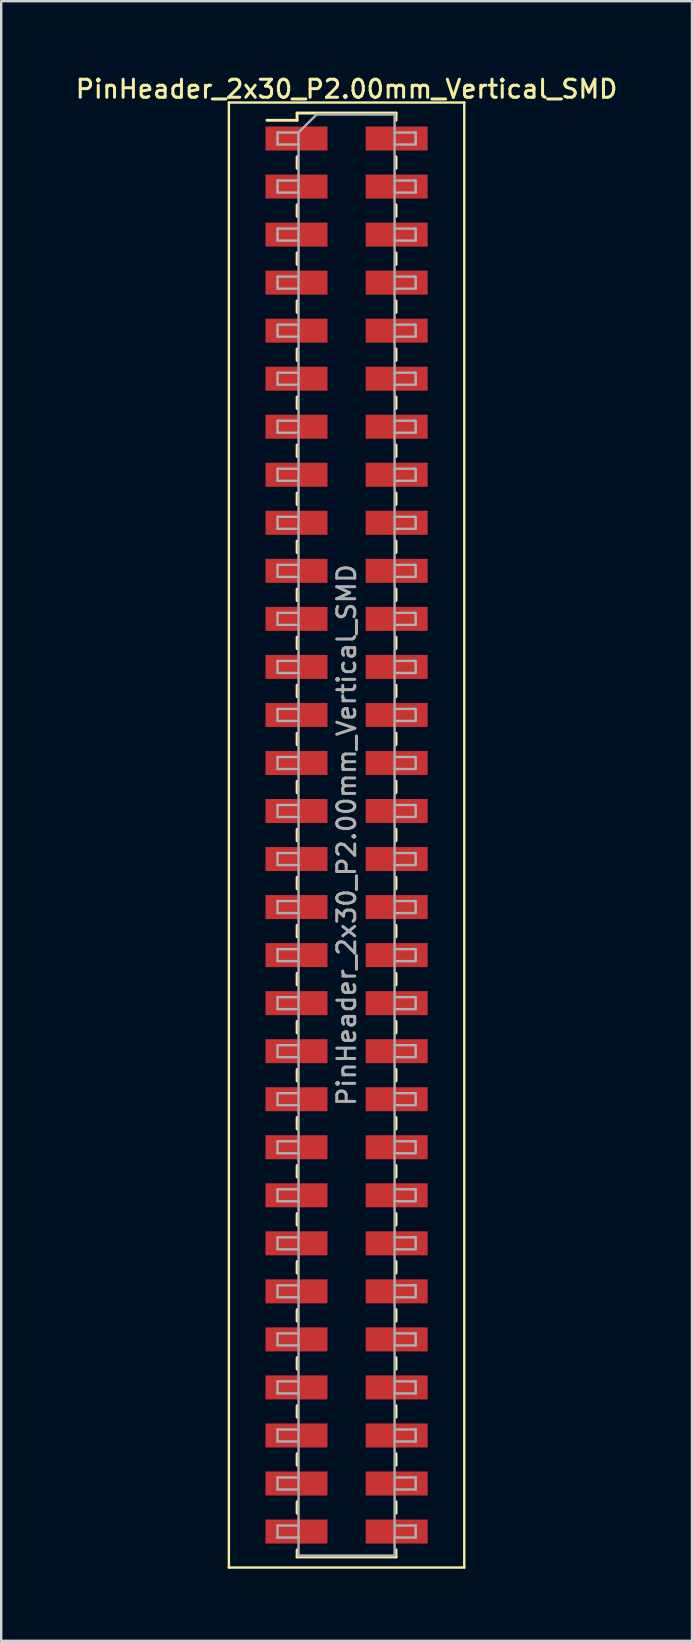
<source format=kicad_pcb>
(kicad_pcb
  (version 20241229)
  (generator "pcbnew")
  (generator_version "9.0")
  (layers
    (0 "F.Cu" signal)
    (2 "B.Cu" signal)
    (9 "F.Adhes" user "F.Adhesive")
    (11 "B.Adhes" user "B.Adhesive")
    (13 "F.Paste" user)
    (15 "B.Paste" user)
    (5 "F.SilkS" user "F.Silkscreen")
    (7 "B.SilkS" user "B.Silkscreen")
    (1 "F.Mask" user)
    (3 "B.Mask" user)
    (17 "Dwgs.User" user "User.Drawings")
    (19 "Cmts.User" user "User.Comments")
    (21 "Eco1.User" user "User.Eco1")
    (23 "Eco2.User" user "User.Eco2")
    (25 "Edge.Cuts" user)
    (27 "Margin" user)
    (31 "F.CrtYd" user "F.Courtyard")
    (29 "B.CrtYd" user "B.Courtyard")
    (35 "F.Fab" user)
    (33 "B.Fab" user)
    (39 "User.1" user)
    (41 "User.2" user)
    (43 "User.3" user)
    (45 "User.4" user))
  (footprint "PinHeader_2x30_P2.00mm_Vertical_SMD"
    (layer "F.Cu")
    (at 11.38 31.718)
    (property "Reference" "PinHeader_2x30_P2.00mm_Vertical_SMD" (at 0 -31.06 0) (layer "F.SilkS") (effects (font (size 0.75 0.75) (thickness 0.125))))
    (attr smd)
    (fp_line (start -4.9 -30.5) (end -4.9 30.5) (stroke (width 0.1) (type solid)) (layer "F.SilkS"))
    (fp_line (start -4.9 30.5) (end 4.9 30.5) (stroke (width 0.1) (type solid)) (layer "F.SilkS"))
    (fp_line (start -3.315 -29.76) (end -2.06 -29.76) (stroke (width 0.12) (type solid)) (layer "F.SilkS"))
    (fp_line (start -2.06 -30.06) (end -2.06 -29.76) (stroke (width 0.12) (type solid)) (layer "F.SilkS"))
    (fp_line (start -2.06 -30.06) (end 2.06 -30.06) (stroke (width 0.12) (type solid)) (layer "F.SilkS"))
    (fp_line (start -2.06 -28.24) (end -2.06 -27.76) (stroke (width 0.12) (type solid)) (layer "F.SilkS"))
    (fp_line (start -2.06 -26.24) (end -2.06 -25.76) (stroke (width 0.12) (type solid)) (layer "F.SilkS"))
    (fp_line (start -2.06 -24.24) (end -2.06 -23.76) (stroke (width 0.12) (type solid)) (layer "F.SilkS"))
    (fp_line (start -2.06 -22.24) (end -2.06 -21.76) (stroke (width 0.12) (type solid)) (layer "F.SilkS"))
    (fp_line (start -2.06 -20.24) (end -2.06 -19.76) (stroke (width 0.12) (type solid)) (layer "F.SilkS"))
    (fp_line (start -2.06 -18.24) (end -2.06 -17.76) (stroke (width 0.12) (type solid)) (layer "F.SilkS"))
    (fp_line (start -2.06 -16.24) (end -2.06 -15.76) (stroke (width 0.12) (type solid)) (layer "F.SilkS"))
    (fp_line (start -2.06 -14.24) (end -2.06 -13.76) (stroke (width 0.12) (type solid)) (layer "F.SilkS"))
    (fp_line (start -2.06 -12.24) (end -2.06 -11.76) (stroke (width 0.12) (type solid)) (layer "F.SilkS"))
    (fp_line (start -2.06 -10.24) (end -2.06 -9.76) (stroke (width 0.12) (type solid)) (layer "F.SilkS"))
    (fp_line (start -2.06 -8.24) (end -2.06 -7.76) (stroke (width 0.12) (type solid)) (layer "F.SilkS"))
    (fp_line (start -2.06 -6.24) (end -2.06 -5.76) (stroke (width 0.12) (type solid)) (layer "F.SilkS"))
    (fp_line (start -2.06 -4.24) (end -2.06 -3.76) (stroke (width 0.12) (type solid)) (layer "F.SilkS"))
    (fp_line (start -2.06 -2.24) (end -2.06 -1.76) (stroke (width 0.12) (type solid)) (layer "F.SilkS"))
    (fp_line (start -2.06 -0.24) (end -2.06 0.24) (stroke (width 0.12) (type solid)) (layer "F.SilkS"))
    (fp_line (start -2.06 1.76) (end -2.06 2.24) (stroke (width 0.12) (type solid)) (layer "F.SilkS"))
    (fp_line (start -2.06 3.76) (end -2.06 4.24) (stroke (width 0.12) (type solid)) (layer "F.SilkS"))
    (fp_line (start -2.06 5.76) (end -2.06 6.24) (stroke (width 0.12) (type solid)) (layer "F.SilkS"))
    (fp_line (start -2.06 7.76) (end -2.06 8.24) (stroke (width 0.12) (type solid)) (layer "F.SilkS"))
    (fp_line (start -2.06 9.76) (end -2.06 10.24) (stroke (width 0.12) (type solid)) (layer "F.SilkS"))
    (fp_line (start -2.06 11.76) (end -2.06 12.24) (stroke (width 0.12) (type solid)) (layer "F.SilkS"))
    (fp_line (start -2.06 13.76) (end -2.06 14.24) (stroke (width 0.12) (type solid)) (layer "F.SilkS"))
    (fp_line (start -2.06 15.76) (end -2.06 16.24) (stroke (width 0.12) (type solid)) (layer "F.SilkS"))
    (fp_line (start -2.06 17.76) (end -2.06 18.24) (stroke (width 0.12) (type solid)) (layer "F.SilkS"))
    (fp_line (start -2.06 19.76) (end -2.06 20.24) (stroke (width 0.12) (type solid)) (layer "F.SilkS"))
    (fp_line (start -2.06 21.76) (end -2.06 22.24) (stroke (width 0.12) (type solid)) (layer "F.SilkS"))
    (fp_line (start -2.06 23.76) (end -2.06 24.24) (stroke (width 0.12) (type solid)) (layer "F.SilkS"))
    (fp_line (start -2.06 25.76) (end -2.06 26.24) (stroke (width 0.12) (type solid)) (layer "F.SilkS"))
    (fp_line (start -2.06 27.76) (end -2.06 28.24) (stroke (width 0.12) (type solid)) (layer "F.SilkS"))
    (fp_line (start -2.06 29.76) (end -2.06 30.06) (stroke (width 0.12) (type solid)) (layer "F.SilkS"))
    (fp_line (start -2.06 30.06) (end 2.06 30.06) (stroke (width 0.12) (type solid)) (layer "F.SilkS"))
    (fp_line (start 2.06 -30.06) (end 2.06 -29.76) (stroke (width 0.12) (type solid)) (layer "F.SilkS"))
    (fp_line (start 2.06 -28.24) (end 2.06 -27.76) (stroke (width 0.12) (type solid)) (layer "F.SilkS"))
    (fp_line (start 2.06 -26.24) (end 2.06 -25.76) (stroke (width 0.12) (type solid)) (layer "F.SilkS"))
    (fp_line (start 2.06 -24.24) (end 2.06 -23.76) (stroke (width 0.12) (type solid)) (layer "F.SilkS"))
    (fp_line (start 2.06 -22.24) (end 2.06 -21.76) (stroke (width 0.12) (type solid)) (layer "F.SilkS"))
    (fp_line (start 2.06 -20.24) (end 2.06 -19.76) (stroke (width 0.12) (type solid)) (layer "F.SilkS"))
    (fp_line (start 2.06 -18.24) (end 2.06 -17.76) (stroke (width 0.12) (type solid)) (layer "F.SilkS"))
    (fp_line (start 2.06 -16.24) (end 2.06 -15.76) (stroke (width 0.12) (type solid)) (layer "F.SilkS"))
    (fp_line (start 2.06 -14.24) (end 2.06 -13.76) (stroke (width 0.12) (type solid)) (layer "F.SilkS"))
    (fp_line (start 2.06 -12.24) (end 2.06 -11.76) (stroke (width 0.12) (type solid)) (layer "F.SilkS"))
    (fp_line (start 2.06 -10.24) (end 2.06 -9.76) (stroke (width 0.12) (type solid)) (layer "F.SilkS"))
    (fp_line (start 2.06 -8.24) (end 2.06 -7.76) (stroke (width 0.12) (type solid)) (layer "F.SilkS"))
    (fp_line (start 2.06 -6.24) (end 2.06 -5.76) (stroke (width 0.12) (type solid)) (layer "F.SilkS"))
    (fp_line (start 2.06 -4.24) (end 2.06 -3.76) (stroke (width 0.12) (type solid)) (layer "F.SilkS"))
    (fp_line (start 2.06 -2.24) (end 2.06 -1.76) (stroke (width 0.12) (type solid)) (layer "F.SilkS"))
    (fp_line (start 2.06 -0.24) (end 2.06 0.24) (stroke (width 0.12) (type solid)) (layer "F.SilkS"))
    (fp_line (start 2.06 1.76) (end 2.06 2.24) (stroke (width 0.12) (type solid)) (layer "F.SilkS"))
    (fp_line (start 2.06 3.76) (end 2.06 4.24) (stroke (width 0.12) (type solid)) (layer "F.SilkS"))
    (fp_line (start 2.06 5.76) (end 2.06 6.24) (stroke (width 0.12) (type solid)) (layer "F.SilkS"))
    (fp_line (start 2.06 7.76) (end 2.06 8.24) (stroke (width 0.12) (type solid)) (layer "F.SilkS"))
    (fp_line (start 2.06 9.76) (end 2.06 10.24) (stroke (width 0.12) (type solid)) (layer "F.SilkS"))
    (fp_line (start 2.06 11.76) (end 2.06 12.24) (stroke (width 0.12) (type solid)) (layer "F.SilkS"))
    (fp_line (start 2.06 13.76) (end 2.06 14.24) (stroke (width 0.12) (type solid)) (layer "F.SilkS"))
    (fp_line (start 2.06 15.76) (end 2.06 16.24) (stroke (width 0.12) (type solid)) (layer "F.SilkS"))
    (fp_line (start 2.06 17.76) (end 2.06 18.24) (stroke (width 0.12) (type solid)) (layer "F.SilkS"))
    (fp_line (start 2.06 19.76) (end 2.06 20.24) (stroke (width 0.12) (type solid)) (layer "F.SilkS"))
    (fp_line (start 2.06 21.76) (end 2.06 22.24) (stroke (width 0.12) (type solid)) (layer "F.SilkS"))
    (fp_line (start 2.06 23.76) (end 2.06 24.24) (stroke (width 0.12) (type solid)) (layer "F.SilkS"))
    (fp_line (start 2.06 25.76) (end 2.06 26.24) (stroke (width 0.12) (type solid)) (layer "F.SilkS"))
    (fp_line (start 2.06 27.76) (end 2.06 28.24) (stroke (width 0.12) (type solid)) (layer "F.SilkS"))
    (fp_line (start 2.06 29.76) (end 2.06 30.06) (stroke (width 0.12) (type solid)) (layer "F.SilkS"))
    (fp_line (start 4.9 -30.5) (end -4.9 -30.5) (stroke (width 0.1) (type solid)) (layer "F.SilkS"))
    (fp_line (start 4.9 30.5) (end 4.9 -30.5) (stroke (width 0.1) (type solid)) (layer "F.SilkS"))
    (fp_line (start -2.875 -29.25) (end -2.875 -28.75) (stroke (width 0.1) (type solid)) (layer "F.Fab"))
    (fp_line (start -2.875 -28.75) (end -2 -28.75) (stroke (width 0.1) (type solid)) (layer "F.Fab"))
    (fp_line (start -2.875 -27.25) (end -2.875 -26.75) (stroke (width 0.1) (type solid)) (layer "F.Fab"))
    (fp_line (start -2.875 -26.75) (end -2 -26.75) (stroke (width 0.1) (type solid)) (layer "F.Fab"))
    (fp_line (start -2.875 -25.25) (end -2.875 -24.75) (stroke (width 0.1) (type solid)) (layer "F.Fab"))
    (fp_line (start -2.875 -24.75) (end -2 -24.75) (stroke (width 0.1) (type solid)) (layer "F.Fab"))
    (fp_line (start -2.875 -23.25) (end -2.875 -22.75) (stroke (width 0.1) (type solid)) (layer "F.Fab"))
    (fp_line (start -2.875 -22.75) (end -2 -22.75) (stroke (width 0.1) (type solid)) (layer "F.Fab"))
    (fp_line (start -2.875 -21.25) (end -2.875 -20.75) (stroke (width 0.1) (type solid)) (layer "F.Fab"))
    (fp_line (start -2.875 -20.75) (end -2 -20.75) (stroke (width 0.1) (type solid)) (layer "F.Fab"))
    (fp_line (start -2.875 -19.25) (end -2.875 -18.75) (stroke (width 0.1) (type solid)) (layer "F.Fab"))
    (fp_line (start -2.875 -18.75) (end -2 -18.75) (stroke (width 0.1) (type solid)) (layer "F.Fab"))
    (fp_line (start -2.875 -17.25) (end -2.875 -16.75) (stroke (width 0.1) (type solid)) (layer "F.Fab"))
    (fp_line (start -2.875 -16.75) (end -2 -16.75) (stroke (width 0.1) (type solid)) (layer "F.Fab"))
    (fp_line (start -2.875 -15.25) (end -2.875 -14.75) (stroke (width 0.1) (type solid)) (layer "F.Fab"))
    (fp_line (start -2.875 -14.75) (end -2 -14.75) (stroke (width 0.1) (type solid)) (layer "F.Fab"))
    (fp_line (start -2.875 -13.25) (end -2.875 -12.75) (stroke (width 0.1) (type solid)) (layer "F.Fab"))
    (fp_line (start -2.875 -12.75) (end -2 -12.75) (stroke (width 0.1) (type solid)) (layer "F.Fab"))
    (fp_line (start -2.875 -11.25) (end -2.875 -10.75) (stroke (width 0.1) (type solid)) (layer "F.Fab"))
    (fp_line (start -2.875 -10.75) (end -2 -10.75) (stroke (width 0.1) (type solid)) (layer "F.Fab"))
    (fp_line (start -2.875 -9.25) (end -2.875 -8.75) (stroke (width 0.1) (type solid)) (layer "F.Fab"))
    (fp_line (start -2.875 -8.75) (end -2 -8.75) (stroke (width 0.1) (type solid)) (layer "F.Fab"))
    (fp_line (start -2.875 -7.25) (end -2.875 -6.75) (stroke (width 0.1) (type solid)) (layer "F.Fab"))
    (fp_line (start -2.875 -6.75) (end -2 -6.75) (stroke (width 0.1) (type solid)) (layer "F.Fab"))
    (fp_line (start -2.875 -5.25) (end -2.875 -4.75) (stroke (width 0.1) (type solid)) (layer "F.Fab"))
    (fp_line (start -2.875 -4.75) (end -2 -4.75) (stroke (width 0.1) (type solid)) (layer "F.Fab"))
    (fp_line (start -2.875 -3.25) (end -2.875 -2.75) (stroke (width 0.1) (type solid)) (layer "F.Fab"))
    (fp_line (start -2.875 -2.75) (end -2 -2.75) (stroke (width 0.1) (type solid)) (layer "F.Fab"))
    (fp_line (start -2.875 -1.25) (end -2.875 -0.75) (stroke (width 0.1) (type solid)) (layer "F.Fab"))
    (fp_line (start -2.875 -0.75) (end -2 -0.75) (stroke (width 0.1) (type solid)) (layer "F.Fab"))
    (fp_line (start -2.875 0.75) (end -2.875 1.25) (stroke (width 0.1) (type solid)) (layer "F.Fab"))
    (fp_line (start -2.875 1.25) (end -2 1.25) (stroke (width 0.1) (type solid)) (layer "F.Fab"))
    (fp_line (start -2.875 2.75) (end -2.875 3.25) (stroke (width 0.1) (type solid)) (layer "F.Fab"))
    (fp_line (start -2.875 3.25) (end -2 3.25) (stroke (width 0.1) (type solid)) (layer "F.Fab"))
    (fp_line (start -2.875 4.75) (end -2.875 5.25) (stroke (width 0.1) (type solid)) (layer "F.Fab"))
    (fp_line (start -2.875 5.25) (end -2 5.25) (stroke (width 0.1) (type solid)) (layer "F.Fab"))
    (fp_line (start -2.875 6.75) (end -2.875 7.25) (stroke (width 0.1) (type solid)) (layer "F.Fab"))
    (fp_line (start -2.875 7.25) (end -2 7.25) (stroke (width 0.1) (type solid)) (layer "F.Fab"))
    (fp_line (start -2.875 8.75) (end -2.875 9.25) (stroke (width 0.1) (type solid)) (layer "F.Fab"))
    (fp_line (start -2.875 9.25) (end -2 9.25) (stroke (width 0.1) (type solid)) (layer "F.Fab"))
    (fp_line (start -2.875 10.75) (end -2.875 11.25) (stroke (width 0.1) (type solid)) (layer "F.Fab"))
    (fp_line (start -2.875 11.25) (end -2 11.25) (stroke (width 0.1) (type solid)) (layer "F.Fab"))
    (fp_line (start -2.875 12.75) (end -2.875 13.25) (stroke (width 0.1) (type solid)) (layer "F.Fab"))
    (fp_line (start -2.875 13.25) (end -2 13.25) (stroke (width 0.1) (type solid)) (layer "F.Fab"))
    (fp_line (start -2.875 14.75) (end -2.875 15.25) (stroke (width 0.1) (type solid)) (layer "F.Fab"))
    (fp_line (start -2.875 15.25) (end -2 15.25) (stroke (width 0.1) (type solid)) (layer "F.Fab"))
    (fp_line (start -2.875 16.75) (end -2.875 17.25) (stroke (width 0.1) (type solid)) (layer "F.Fab"))
    (fp_line (start -2.875 17.25) (end -2 17.25) (stroke (width 0.1) (type solid)) (layer "F.Fab"))
    (fp_line (start -2.875 18.75) (end -2.875 19.25) (stroke (width 0.1) (type solid)) (layer "F.Fab"))
    (fp_line (start -2.875 19.25) (end -2 19.25) (stroke (width 0.1) (type solid)) (layer "F.Fab"))
    (fp_line (start -2.875 20.75) (end -2.875 21.25) (stroke (width 0.1) (type solid)) (layer "F.Fab"))
    (fp_line (start -2.875 21.25) (end -2 21.25) (stroke (width 0.1) (type solid)) (layer "F.Fab"))
    (fp_line (start -2.875 22.75) (end -2.875 23.25) (stroke (width 0.1) (type solid)) (layer "F.Fab"))
    (fp_line (start -2.875 23.25) (end -2 23.25) (stroke (width 0.1) (type solid)) (layer "F.Fab"))
    (fp_line (start -2.875 24.75) (end -2.875 25.25) (stroke (width 0.1) (type solid)) (layer "F.Fab"))
    (fp_line (start -2.875 25.25) (end -2 25.25) (stroke (width 0.1) (type solid)) (layer "F.Fab"))
    (fp_line (start -2.875 26.75) (end -2.875 27.25) (stroke (width 0.1) (type solid)) (layer "F.Fab"))
    (fp_line (start -2.875 27.25) (end -2 27.25) (stroke (width 0.1) (type solid)) (layer "F.Fab"))
    (fp_line (start -2.875 28.75) (end -2.875 29.25) (stroke (width 0.1) (type solid)) (layer "F.Fab"))
    (fp_line (start -2.875 29.25) (end -2 29.25) (stroke (width 0.1) (type solid)) (layer "F.Fab"))
    (fp_line (start -2 -29.25) (end -2.875 -29.25) (stroke (width 0.1) (type solid)) (layer "F.Fab"))
    (fp_line (start -2 -29.25) (end -1.25 -30) (stroke (width 0.1) (type solid)) (layer "F.Fab"))
    (fp_line (start -2 -27.25) (end -2.875 -27.25) (stroke (width 0.1) (type solid)) (layer "F.Fab"))
    (fp_line (start -2 -25.25) (end -2.875 -25.25) (stroke (width 0.1) (type solid)) (layer "F.Fab"))
    (fp_line (start -2 -23.25) (end -2.875 -23.25) (stroke (width 0.1) (type solid)) (layer "F.Fab"))
    (fp_line (start -2 -21.25) (end -2.875 -21.25) (stroke (width 0.1) (type solid)) (layer "F.Fab"))
    (fp_line (start -2 -19.25) (end -2.875 -19.25) (stroke (width 0.1) (type solid)) (layer "F.Fab"))
    (fp_line (start -2 -17.25) (end -2.875 -17.25) (stroke (width 0.1) (type solid)) (layer "F.Fab"))
    (fp_line (start -2 -15.25) (end -2.875 -15.25) (stroke (width 0.1) (type solid)) (layer "F.Fab"))
    (fp_line (start -2 -13.25) (end -2.875 -13.25) (stroke (width 0.1) (type solid)) (layer "F.Fab"))
    (fp_line (start -2 -11.25) (end -2.875 -11.25) (stroke (width 0.1) (type solid)) (layer "F.Fab"))
    (fp_line (start -2 -9.25) (end -2.875 -9.25) (stroke (width 0.1) (type solid)) (layer "F.Fab"))
    (fp_line (start -2 -7.25) (end -2.875 -7.25) (stroke (width 0.1) (type solid)) (layer "F.Fab"))
    (fp_line (start -2 -5.25) (end -2.875 -5.25) (stroke (width 0.1) (type solid)) (layer "F.Fab"))
    (fp_line (start -2 -3.25) (end -2.875 -3.25) (stroke (width 0.1) (type solid)) (layer "F.Fab"))
    (fp_line (start -2 -1.25) (end -2.875 -1.25) (stroke (width 0.1) (type solid)) (layer "F.Fab"))
    (fp_line (start -2 0.75) (end -2.875 0.75) (stroke (width 0.1) (type solid)) (layer "F.Fab"))
    (fp_line (start -2 2.75) (end -2.875 2.75) (stroke (width 0.1) (type solid)) (layer "F.Fab"))
    (fp_line (start -2 4.75) (end -2.875 4.75) (stroke (width 0.1) (type solid)) (layer "F.Fab"))
    (fp_line (start -2 6.75) (end -2.875 6.75) (stroke (width 0.1) (type solid)) (layer "F.Fab"))
    (fp_line (start -2 8.75) (end -2.875 8.75) (stroke (width 0.1) (type solid)) (layer "F.Fab"))
    (fp_line (start -2 10.75) (end -2.875 10.75) (stroke (width 0.1) (type solid)) (layer "F.Fab"))
    (fp_line (start -2 12.75) (end -2.875 12.75) (stroke (width 0.1) (type solid)) (layer "F.Fab"))
    (fp_line (start -2 14.75) (end -2.875 14.75) (stroke (width 0.1) (type solid)) (layer "F.Fab"))
    (fp_line (start -2 16.75) (end -2.875 16.75) (stroke (width 0.1) (type solid)) (layer "F.Fab"))
    (fp_line (start -2 18.75) (end -2.875 18.75) (stroke (width 0.1) (type solid)) (layer "F.Fab"))
    (fp_line (start -2 20.75) (end -2.875 20.75) (stroke (width 0.1) (type solid)) (layer "F.Fab"))
    (fp_line (start -2 22.75) (end -2.875 22.75) (stroke (width 0.1) (type solid)) (layer "F.Fab"))
    (fp_line (start -2 24.75) (end -2.875 24.75) (stroke (width 0.1) (type solid)) (layer "F.Fab"))
    (fp_line (start -2 26.75) (end -2.875 26.75) (stroke (width 0.1) (type solid)) (layer "F.Fab"))
    (fp_line (start -2 28.75) (end -2.875 28.75) (stroke (width 0.1) (type solid)) (layer "F.Fab"))
    (fp_line (start -2 30) (end -2 -29.25) (stroke (width 0.1) (type solid)) (layer "F.Fab"))
    (fp_line (start -1.25 -30) (end 2 -30) (stroke (width 0.1) (type solid)) (layer "F.Fab"))
    (fp_line (start 2 -30) (end 2 30) (stroke (width 0.1) (type solid)) (layer "F.Fab"))
    (fp_line (start 2 -29.25) (end 2.875 -29.25) (stroke (width 0.1) (type solid)) (layer "F.Fab"))
    (fp_line (start 2 -27.25) (end 2.875 -27.25) (stroke (width 0.1) (type solid)) (layer "F.Fab"))
    (fp_line (start 2 -25.25) (end 2.875 -25.25) (stroke (width 0.1) (type solid)) (layer "F.Fab"))
    (fp_line (start 2 -23.25) (end 2.875 -23.25) (stroke (width 0.1) (type solid)) (layer "F.Fab"))
    (fp_line (start 2 -21.25) (end 2.875 -21.25) (stroke (width 0.1) (type solid)) (layer "F.Fab"))
    (fp_line (start 2 -19.25) (end 2.875 -19.25) (stroke (width 0.1) (type solid)) (layer "F.Fab"))
    (fp_line (start 2 -17.25) (end 2.875 -17.25) (stroke (width 0.1) (type solid)) (layer "F.Fab"))
    (fp_line (start 2 -15.25) (end 2.875 -15.25) (stroke (width 0.1) (type solid)) (layer "F.Fab"))
    (fp_line (start 2 -13.25) (end 2.875 -13.25) (stroke (width 0.1) (type solid)) (layer "F.Fab"))
    (fp_line (start 2 -11.25) (end 2.875 -11.25) (stroke (width 0.1) (type solid)) (layer "F.Fab"))
    (fp_line (start 2 -9.25) (end 2.875 -9.25) (stroke (width 0.1) (type solid)) (layer "F.Fab"))
    (fp_line (start 2 -7.25) (end 2.875 -7.25) (stroke (width 0.1) (type solid)) (layer "F.Fab"))
    (fp_line (start 2 -5.25) (end 2.875 -5.25) (stroke (width 0.1) (type solid)) (layer "F.Fab"))
    (fp_line (start 2 -3.25) (end 2.875 -3.25) (stroke (width 0.1) (type solid)) (layer "F.Fab"))
    (fp_line (start 2 -1.25) (end 2.875 -1.25) (stroke (width 0.1) (type solid)) (layer "F.Fab"))
    (fp_line (start 2 0.75) (end 2.875 0.75) (stroke (width 0.1) (type solid)) (layer "F.Fab"))
    (fp_line (start 2 2.75) (end 2.875 2.75) (stroke (width 0.1) (type solid)) (layer "F.Fab"))
    (fp_line (start 2 4.75) (end 2.875 4.75) (stroke (width 0.1) (type solid)) (layer "F.Fab"))
    (fp_line (start 2 6.75) (end 2.875 6.75) (stroke (width 0.1) (type solid)) (layer "F.Fab"))
    (fp_line (start 2 8.75) (end 2.875 8.75) (stroke (width 0.1) (type solid)) (layer "F.Fab"))
    (fp_line (start 2 10.75) (end 2.875 10.75) (stroke (width 0.1) (type solid)) (layer "F.Fab"))
    (fp_line (start 2 12.75) (end 2.875 12.75) (stroke (width 0.1) (type solid)) (layer "F.Fab"))
    (fp_line (start 2 14.75) (end 2.875 14.75) (stroke (width 0.1) (type solid)) (layer "F.Fab"))
    (fp_line (start 2 16.75) (end 2.875 16.75) (stroke (width 0.1) (type solid)) (layer "F.Fab"))
    (fp_line (start 2 18.75) (end 2.875 18.75) (stroke (width 0.1) (type solid)) (layer "F.Fab"))
    (fp_line (start 2 20.75) (end 2.875 20.75) (stroke (width 0.1) (type solid)) (layer "F.Fab"))
    (fp_line (start 2 22.75) (end 2.875 22.75) (stroke (width 0.1) (type solid)) (layer "F.Fab"))
    (fp_line (start 2 24.75) (end 2.875 24.75) (stroke (width 0.1) (type solid)) (layer "F.Fab"))
    (fp_line (start 2 26.75) (end 2.875 26.75) (stroke (width 0.1) (type solid)) (layer "F.Fab"))
    (fp_line (start 2 28.75) (end 2.875 28.75) (stroke (width 0.1) (type solid)) (layer "F.Fab"))
    (fp_line (start 2 30) (end -2 30) (stroke (width 0.1) (type solid)) (layer "F.Fab"))
    (fp_line (start 2.875 -29.25) (end 2.875 -28.75) (stroke (width 0.1) (type solid)) (layer "F.Fab"))
    (fp_line (start 2.875 -28.75) (end 2 -28.75) (stroke (width 0.1) (type solid)) (layer "F.Fab"))
    (fp_line (start 2.875 -27.25) (end 2.875 -26.75) (stroke (width 0.1) (type solid)) (layer "F.Fab"))
    (fp_line (start 2.875 -26.75) (end 2 -26.75) (stroke (width 0.1) (type solid)) (layer "F.Fab"))
    (fp_line (start 2.875 -25.25) (end 2.875 -24.75) (stroke (width 0.1) (type solid)) (layer "F.Fab"))
    (fp_line (start 2.875 -24.75) (end 2 -24.75) (stroke (width 0.1) (type solid)) (layer "F.Fab"))
    (fp_line (start 2.875 -23.25) (end 2.875 -22.75) (stroke (width 0.1) (type solid)) (layer "F.Fab"))
    (fp_line (start 2.875 -22.75) (end 2 -22.75) (stroke (width 0.1) (type solid)) (layer "F.Fab"))
    (fp_line (start 2.875 -21.25) (end 2.875 -20.75) (stroke (width 0.1) (type solid)) (layer "F.Fab"))
    (fp_line (start 2.875 -20.75) (end 2 -20.75) (stroke (width 0.1) (type solid)) (layer "F.Fab"))
    (fp_line (start 2.875 -19.25) (end 2.875 -18.75) (stroke (width 0.1) (type solid)) (layer "F.Fab"))
    (fp_line (start 2.875 -18.75) (end 2 -18.75) (stroke (width 0.1) (type solid)) (layer "F.Fab"))
    (fp_line (start 2.875 -17.25) (end 2.875 -16.75) (stroke (width 0.1) (type solid)) (layer "F.Fab"))
    (fp_line (start 2.875 -16.75) (end 2 -16.75) (stroke (width 0.1) (type solid)) (layer "F.Fab"))
    (fp_line (start 2.875 -15.25) (end 2.875 -14.75) (stroke (width 0.1) (type solid)) (layer "F.Fab"))
    (fp_line (start 2.875 -14.75) (end 2 -14.75) (stroke (width 0.1) (type solid)) (layer "F.Fab"))
    (fp_line (start 2.875 -13.25) (end 2.875 -12.75) (stroke (width 0.1) (type solid)) (layer "F.Fab"))
    (fp_line (start 2.875 -12.75) (end 2 -12.75) (stroke (width 0.1) (type solid)) (layer "F.Fab"))
    (fp_line (start 2.875 -11.25) (end 2.875 -10.75) (stroke (width 0.1) (type solid)) (layer "F.Fab"))
    (fp_line (start 2.875 -10.75) (end 2 -10.75) (stroke (width 0.1) (type solid)) (layer "F.Fab"))
    (fp_line (start 2.875 -9.25) (end 2.875 -8.75) (stroke (width 0.1) (type solid)) (layer "F.Fab"))
    (fp_line (start 2.875 -8.75) (end 2 -8.75) (stroke (width 0.1) (type solid)) (layer "F.Fab"))
    (fp_line (start 2.875 -7.25) (end 2.875 -6.75) (stroke (width 0.1) (type solid)) (layer "F.Fab"))
    (fp_line (start 2.875 -6.75) (end 2 -6.75) (stroke (width 0.1) (type solid)) (layer "F.Fab"))
    (fp_line (start 2.875 -5.25) (end 2.875 -4.75) (stroke (width 0.1) (type solid)) (layer "F.Fab"))
    (fp_line (start 2.875 -4.75) (end 2 -4.75) (stroke (width 0.1) (type solid)) (layer "F.Fab"))
    (fp_line (start 2.875 -3.25) (end 2.875 -2.75) (stroke (width 0.1) (type solid)) (layer "F.Fab"))
    (fp_line (start 2.875 -2.75) (end 2 -2.75) (stroke (width 0.1) (type solid)) (layer "F.Fab"))
    (fp_line (start 2.875 -1.25) (end 2.875 -0.75) (stroke (width 0.1) (type solid)) (layer "F.Fab"))
    (fp_line (start 2.875 -0.75) (end 2 -0.75) (stroke (width 0.1) (type solid)) (layer "F.Fab"))
    (fp_line (start 2.875 0.75) (end 2.875 1.25) (stroke (width 0.1) (type solid)) (layer "F.Fab"))
    (fp_line (start 2.875 1.25) (end 2 1.25) (stroke (width 0.1) (type solid)) (layer "F.Fab"))
    (fp_line (start 2.875 2.75) (end 2.875 3.25) (stroke (width 0.1) (type solid)) (layer "F.Fab"))
    (fp_line (start 2.875 3.25) (end 2 3.25) (stroke (width 0.1) (type solid)) (layer "F.Fab"))
    (fp_line (start 2.875 4.75) (end 2.875 5.25) (stroke (width 0.1) (type solid)) (layer "F.Fab"))
    (fp_line (start 2.875 5.25) (end 2 5.25) (stroke (width 0.1) (type solid)) (layer "F.Fab"))
    (fp_line (start 2.875 6.75) (end 2.875 7.25) (stroke (width 0.1) (type solid)) (layer "F.Fab"))
    (fp_line (start 2.875 7.25) (end 2 7.25) (stroke (width 0.1) (type solid)) (layer "F.Fab"))
    (fp_line (start 2.875 8.75) (end 2.875 9.25) (stroke (width 0.1) (type solid)) (layer "F.Fab"))
    (fp_line (start 2.875 9.25) (end 2 9.25) (stroke (width 0.1) (type solid)) (layer "F.Fab"))
    (fp_line (start 2.875 10.75) (end 2.875 11.25) (stroke (width 0.1) (type solid)) (layer "F.Fab"))
    (fp_line (start 2.875 11.25) (end 2 11.25) (stroke (width 0.1) (type solid)) (layer "F.Fab"))
    (fp_line (start 2.875 12.75) (end 2.875 13.25) (stroke (width 0.1) (type solid)) (layer "F.Fab"))
    (fp_line (start 2.875 13.25) (end 2 13.25) (stroke (width 0.1) (type solid)) (layer "F.Fab"))
    (fp_line (start 2.875 14.75) (end 2.875 15.25) (stroke (width 0.1) (type solid)) (layer "F.Fab"))
    (fp_line (start 2.875 15.25) (end 2 15.25) (stroke (width 0.1) (type solid)) (layer "F.Fab"))
    (fp_line (start 2.875 16.75) (end 2.875 17.25) (stroke (width 0.1) (type solid)) (layer "F.Fab"))
    (fp_line (start 2.875 17.25) (end 2 17.25) (stroke (width 0.1) (type solid)) (layer "F.Fab"))
    (fp_line (start 2.875 18.75) (end 2.875 19.25) (stroke (width 0.1) (type solid)) (layer "F.Fab"))
    (fp_line (start 2.875 19.25) (end 2 19.25) (stroke (width 0.1) (type solid)) (layer "F.Fab"))
    (fp_line (start 2.875 20.75) (end 2.875 21.25) (stroke (width 0.1) (type solid)) (layer "F.Fab"))
    (fp_line (start 2.875 21.25) (end 2 21.25) (stroke (width 0.1) (type solid)) (layer "F.Fab"))
    (fp_line (start 2.875 22.75) (end 2.875 23.25) (stroke (width 0.1) (type solid)) (layer "F.Fab"))
    (fp_line (start 2.875 23.25) (end 2 23.25) (stroke (width 0.1) (type solid)) (layer "F.Fab"))
    (fp_line (start 2.875 24.75) (end 2.875 25.25) (stroke (width 0.1) (type solid)) (layer "F.Fab"))
    (fp_line (start 2.875 25.25) (end 2 25.25) (stroke (width 0.1) (type solid)) (layer "F.Fab"))
    (fp_line (start 2.875 26.75) (end 2.875 27.25) (stroke (width 0.1) (type solid)) (layer "F.Fab"))
    (fp_line (start 2.875 27.25) (end 2 27.25) (stroke (width 0.1) (type solid)) (layer "F.Fab"))
    (fp_line (start 2.875 28.75) (end 2.875 29.25) (stroke (width 0.1) (type solid)) (layer "F.Fab"))
    (fp_line (start 2.875 29.25) (end 2 29.25) (stroke (width 0.1) (type solid)) (layer "F.Fab"))
    (fp_text user "${REFERENCE}" (at 0 0 90) (layer "F.Fab") (effects (font (size 0.75 0.75) (thickness 0.125))))
    (pad "1" smd rect (at -2.085 -29) (size 2.58 1) (layers "F.Cu" "F.Mask" "F.Paste"))
    (pad "2" smd rect (at 2.085 -29) (size 2.58 1) (layers "F.Cu" "F.Mask" "F.Paste"))
    (pad "3" smd rect (at -2.085 -27) (size 2.58 1) (layers "F.Cu" "F.Mask" "F.Paste"))
    (pad "4" smd rect (at 2.085 -27) (size 2.58 1) (layers "F.Cu" "F.Mask" "F.Paste"))
    (pad "5" smd rect (at -2.085 -25) (size 2.58 1) (layers "F.Cu" "F.Mask" "F.Paste"))
    (pad "6" smd rect (at 2.085 -25) (size 2.58 1) (layers "F.Cu" "F.Mask" "F.Paste"))
    (pad "7" smd rect (at -2.085 -23) (size 2.58 1) (layers "F.Cu" "F.Mask" "F.Paste"))
    (pad "8" smd rect (at 2.085 -23) (size 2.58 1) (layers "F.Cu" "F.Mask" "F.Paste"))
    (pad "9" smd rect (at -2.085 -21) (size 2.58 1) (layers "F.Cu" "F.Mask" "F.Paste"))
    (pad "10" smd rect (at 2.085 -21) (size 2.58 1) (layers "F.Cu" "F.Mask" "F.Paste"))
    (pad "11" smd rect (at -2.085 -19) (size 2.58 1) (layers "F.Cu" "F.Mask" "F.Paste"))
    (pad "12" smd rect (at 2.085 -19) (size 2.58 1) (layers "F.Cu" "F.Mask" "F.Paste"))
    (pad "13" smd rect (at -2.085 -17) (size 2.58 1) (layers "F.Cu" "F.Mask" "F.Paste"))
    (pad "14" smd rect (at 2.085 -17) (size 2.58 1) (layers "F.Cu" "F.Mask" "F.Paste"))
    (pad "15" smd rect (at -2.085 -15) (size 2.58 1) (layers "F.Cu" "F.Mask" "F.Paste"))
    (pad "16" smd rect (at 2.085 -15) (size 2.58 1) (layers "F.Cu" "F.Mask" "F.Paste"))
    (pad "17" smd rect (at -2.085 -13) (size 2.58 1) (layers "F.Cu" "F.Mask" "F.Paste"))
    (pad "18" smd rect (at 2.085 -13) (size 2.58 1) (layers "F.Cu" "F.Mask" "F.Paste"))
    (pad "19" smd rect (at -2.085 -11) (size 2.58 1) (layers "F.Cu" "F.Mask" "F.Paste"))
    (pad "20" smd rect (at 2.085 -11) (size 2.58 1) (layers "F.Cu" "F.Mask" "F.Paste"))
    (pad "21" smd rect (at -2.085 -9) (size 2.58 1) (layers "F.Cu" "F.Mask" "F.Paste"))
    (pad "22" smd rect (at 2.085 -9) (size 2.58 1) (layers "F.Cu" "F.Mask" "F.Paste"))
    (pad "23" smd rect (at -2.085 -7) (size 2.58 1) (layers "F.Cu" "F.Mask" "F.Paste"))
    (pad "24" smd rect (at 2.085 -7) (size 2.58 1) (layers "F.Cu" "F.Mask" "F.Paste"))
    (pad "25" smd rect (at -2.085 -5) (size 2.58 1) (layers "F.Cu" "F.Mask" "F.Paste"))
    (pad "26" smd rect (at 2.085 -5) (size 2.58 1) (layers "F.Cu" "F.Mask" "F.Paste"))
    (pad "27" smd rect (at -2.085 -3) (size 2.58 1) (layers "F.Cu" "F.Mask" "F.Paste"))
    (pad "28" smd rect (at 2.085 -3) (size 2.58 1) (layers "F.Cu" "F.Mask" "F.Paste"))
    (pad "29" smd rect (at -2.085 -1) (size 2.58 1) (layers "F.Cu" "F.Mask" "F.Paste"))
    (pad "30" smd rect (at 2.085 -1) (size 2.58 1) (layers "F.Cu" "F.Mask" "F.Paste"))
    (pad "31" smd rect (at -2.085 1) (size 2.58 1) (layers "F.Cu" "F.Mask" "F.Paste"))
    (pad "32" smd rect (at 2.085 1) (size 2.58 1) (layers "F.Cu" "F.Mask" "F.Paste"))
    (pad "33" smd rect (at -2.085 3) (size 2.58 1) (layers "F.Cu" "F.Mask" "F.Paste"))
    (pad "34" smd rect (at 2.085 3) (size 2.58 1) (layers "F.Cu" "F.Mask" "F.Paste"))
    (pad "35" smd rect (at -2.085 5) (size 2.58 1) (layers "F.Cu" "F.Mask" "F.Paste"))
    (pad "36" smd rect (at 2.085 5) (size 2.58 1) (layers "F.Cu" "F.Mask" "F.Paste"))
    (pad "37" smd rect (at -2.085 7) (size 2.58 1) (layers "F.Cu" "F.Mask" "F.Paste"))
    (pad "38" smd rect (at 2.085 7) (size 2.58 1) (layers "F.Cu" "F.Mask" "F.Paste"))
    (pad "39" smd rect (at -2.085 9) (size 2.58 1) (layers "F.Cu" "F.Mask" "F.Paste"))
    (pad "40" smd rect (at 2.085 9) (size 2.58 1) (layers "F.Cu" "F.Mask" "F.Paste"))
    (pad "41" smd rect (at -2.085 11) (size 2.58 1) (layers "F.Cu" "F.Mask" "F.Paste"))
    (pad "42" smd rect (at 2.085 11) (size 2.58 1) (layers "F.Cu" "F.Mask" "F.Paste"))
    (pad "43" smd rect (at -2.085 13) (size 2.58 1) (layers "F.Cu" "F.Mask" "F.Paste"))
    (pad "44" smd rect (at 2.085 13) (size 2.58 1) (layers "F.Cu" "F.Mask" "F.Paste"))
    (pad "45" smd rect (at -2.085 15) (size 2.58 1) (layers "F.Cu" "F.Mask" "F.Paste"))
    (pad "46" smd rect (at 2.085 15) (size 2.58 1) (layers "F.Cu" "F.Mask" "F.Paste"))
    (pad "47" smd rect (at -2.085 17) (size 2.58 1) (layers "F.Cu" "F.Mask" "F.Paste"))
    (pad "48" smd rect (at 2.085 17) (size 2.58 1) (layers "F.Cu" "F.Mask" "F.Paste"))
    (pad "49" smd rect (at -2.085 19) (size 2.58 1) (layers "F.Cu" "F.Mask" "F.Paste"))
    (pad "50" smd rect (at 2.085 19) (size 2.58 1) (layers "F.Cu" "F.Mask" "F.Paste"))
    (pad "51" smd rect (at -2.085 21) (size 2.58 1) (layers "F.Cu" "F.Mask" "F.Paste"))
    (pad "52" smd rect (at 2.085 21) (size 2.58 1) (layers "F.Cu" "F.Mask" "F.Paste"))
    (pad "53" smd rect (at -2.085 23) (size 2.58 1) (layers "F.Cu" "F.Mask" "F.Paste"))
    (pad "54" smd rect (at 2.085 23) (size 2.58 1) (layers "F.Cu" "F.Mask" "F.Paste"))
    (pad "55" smd rect (at -2.085 25) (size 2.58 1) (layers "F.Cu" "F.Mask" "F.Paste"))
    (pad "56" smd rect (at 2.085 25) (size 2.58 1) (layers "F.Cu" "F.Mask" "F.Paste"))
    (pad "57" smd rect (at -2.085 27) (size 2.58 1) (layers "F.Cu" "F.Mask" "F.Paste"))
    (pad "58" smd rect (at 2.085 27) (size 2.58 1) (layers "F.Cu" "F.Mask" "F.Paste"))
    (pad "59" smd rect (at -2.085 29) (size 2.58 1) (layers "F.Cu" "F.Mask" "F.Paste"))
    (pad "60" smd rect (at 2.085 29) (size 2.58 1) (layers "F.Cu" "F.Mask" "F.Paste")))
  (gr_rect
    (start -3 -3)
    (end 25.761 65.268)
    (stroke (width 0.1) (type default))
    (fill no)
    (layer "Edge.Cuts")))
</source>
